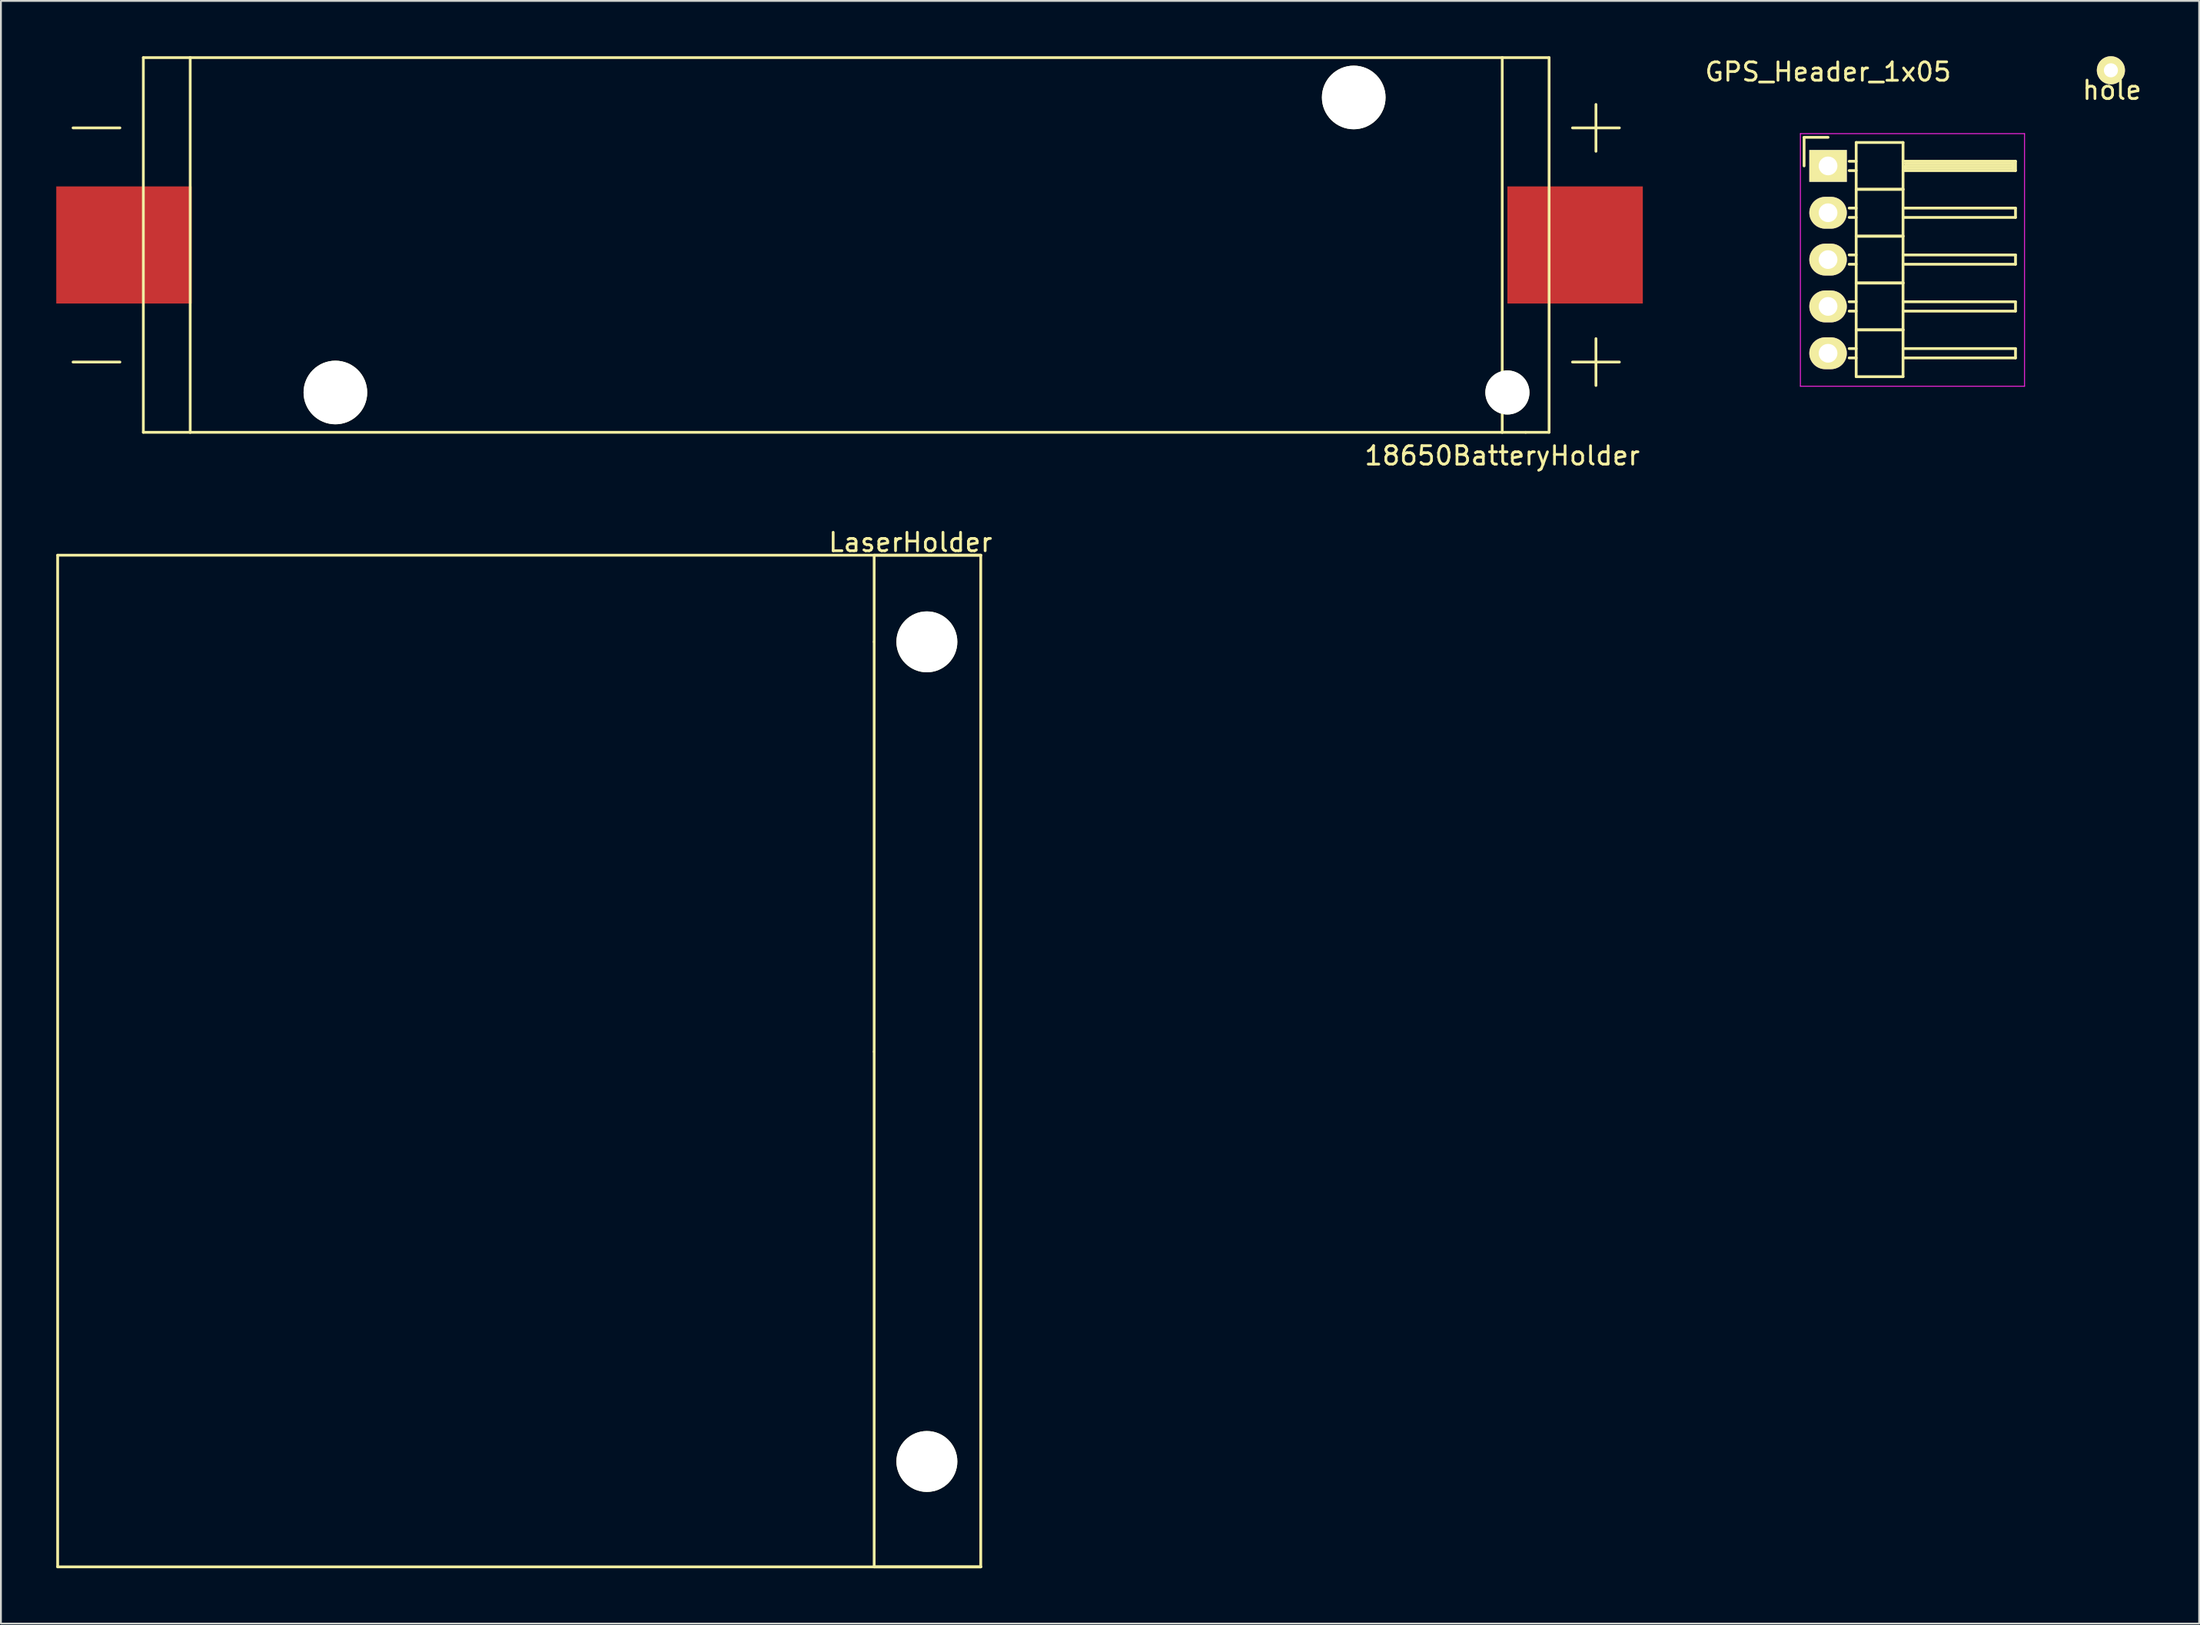
<source format=kicad_pcb>
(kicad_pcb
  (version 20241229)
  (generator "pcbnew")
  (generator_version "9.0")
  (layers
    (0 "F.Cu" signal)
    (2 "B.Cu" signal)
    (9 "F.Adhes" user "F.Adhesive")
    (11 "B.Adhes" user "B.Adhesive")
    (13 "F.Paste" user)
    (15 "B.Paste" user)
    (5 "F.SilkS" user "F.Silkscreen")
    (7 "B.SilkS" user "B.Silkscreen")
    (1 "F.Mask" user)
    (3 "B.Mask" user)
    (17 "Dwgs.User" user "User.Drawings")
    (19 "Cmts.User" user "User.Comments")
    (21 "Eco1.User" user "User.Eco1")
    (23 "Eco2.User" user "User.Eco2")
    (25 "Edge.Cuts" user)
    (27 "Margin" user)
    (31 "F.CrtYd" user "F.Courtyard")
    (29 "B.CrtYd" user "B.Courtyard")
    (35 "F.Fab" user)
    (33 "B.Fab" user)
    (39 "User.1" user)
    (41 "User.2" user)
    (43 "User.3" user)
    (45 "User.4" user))
  (footprint "18650BatteryHolder"
    (layer "F.Cu")
    (at 86 10.235)
    (property "Reference" "18650BatteryHolder" (at -7.62 11.43 0) (layer "F.SilkS") (effects (font (size 1 1) (thickness 0.15))))
    (attr through_hole)
    (fp_line (start -85.09 6.35) (end -82.55 6.35) (stroke (width 0.15) (type solid)) (layer "F.SilkS"))
    (fp_line (start -82.55 -6.35) (end -85.09 -6.35) (stroke (width 0.15) (type solid)) (layer "F.SilkS"))
    (fp_line (start -81.28 -10.16) (end -81.28 10.16) (stroke (width 0.15) (type solid)) (layer "F.SilkS"))
    (fp_line (start -81.28 10.16) (end -78.74 10.16) (stroke (width 0.15) (type solid)) (layer "F.SilkS"))
    (fp_line (start -78.74 -10.16) (end -81.28 -10.16) (stroke (width 0.15) (type solid)) (layer "F.SilkS"))
    (fp_line (start -78.74 -10.16) (end -7.62 -10.16) (stroke (width 0.15) (type solid)) (layer "F.SilkS"))
    (fp_line (start -78.74 10.16) (end -78.74 -10.16) (stroke (width 0.15) (type solid)) (layer "F.SilkS"))
    (fp_line (start -7.62 -10.16) (end -7.62 10.16) (stroke (width 0.15) (type solid)) (layer "F.SilkS"))
    (fp_line (start -7.62 10.16) (end -78.74 10.16) (stroke (width 0.15) (type solid)) (layer "F.SilkS"))
    (fp_line (start -7.62 10.16) (end -6.35 10.16) (stroke (width 0.15) (type solid)) (layer "F.SilkS"))
    (fp_line (start -6.35 10.16) (end -5.08 10.16) (stroke (width 0.15) (type solid)) (layer "F.SilkS"))
    (fp_line (start -5.08 -10.16) (end -7.62 -10.16) (stroke (width 0.15) (type solid)) (layer "F.SilkS"))
    (fp_line (start -5.08 10.16) (end -5.08 -10.16) (stroke (width 0.15) (type solid)) (layer "F.SilkS"))
    (fp_line (start -3.81 -6.35) (end -1.27 -6.35) (stroke (width 0.15) (type solid)) (layer "F.SilkS"))
    (fp_line (start -3.81 6.35) (end -1.27 6.35) (stroke (width 0.15) (type solid)) (layer "F.SilkS"))
    (fp_line (start -2.54 -7.62) (end -2.54 -5.08) (stroke (width 0.15) (type solid)) (layer "F.SilkS"))
    (fp_line (start -2.54 5.08) (end -2.54 7.62) (stroke (width 0.15) (type solid)) (layer "F.SilkS"))
    (pad "" np_thru_hole oval (at -70.87 8) (size 3.45 3.45) (drill 3.45) (layers "*.Cu" "*.Mask" "F.SilkS"))
    (pad "" np_thru_hole oval (at -15.67 -8) (size 3.45 3.45) (drill 3.45) (layers "*.Cu" "*.Mask" "F.SilkS"))
    (pad "" np_thru_hole oval (at -7.34 8) (size 2.39 2.39) (drill 2.39) (layers "*.Cu" "*.Mask" "F.SilkS"))
    (pad "1" smd rect (at -3.67 0) (size 7.34 6.35) (layers "F.Cu" "F.Mask" "F.Paste"))
    (pad "2" smd rect (at -82.33 0) (size 7.34 6.35) (layers "F.Cu" "F.Mask" "F.Paste")))
  (footprint "hole"
    (layer "F.Cu")
    (at 111.373 0.762)
    (property "Reference" "hole" (at 0.064 1.079 0) (layer "F.SilkS") (effects (font (size 1 1) (thickness 0.15))))
    (attr through_hole)
    (pad "1" thru_hole circle (at 0 0) (size 1.524 1.524) (drill 0.762) (layers "*.Cu" "*.Mask" "F.SilkS")))
  (footprint "GPS_Header_1x05"
    (layer "F.Cu")
    (at 96.042 5.948)
    (property "Reference" "GPS_Header_1x05" (at 0 -5.1 0) (layer "F.SilkS") (effects (font (size 1 1) (thickness 0.15))))
    (attr through_hole)
    (fp_line (start -1.3 -1.55) (end -1.3 0) (stroke (width 0.15) (type solid)) (layer "F.SilkS"))
    (fp_line (start 0 -1.55) (end -1.3 -1.55) (stroke (width 0.15) (type solid)) (layer "F.SilkS"))
    (fp_line (start 1.524 -1.27) (end 1.524 1.27) (stroke (width 0.15) (type solid)) (layer "F.SilkS"))
    (fp_line (start 1.524 -1.27) (end 4.064 -1.27) (stroke (width 0.15) (type solid)) (layer "F.SilkS"))
    (fp_line (start 1.524 -0.254) (end 1.143 -0.254) (stroke (width 0.15) (type solid)) (layer "F.SilkS"))
    (fp_line (start 1.524 0.254) (end 1.143 0.254) (stroke (width 0.15) (type solid)) (layer "F.SilkS"))
    (fp_line (start 1.524 1.27) (end 1.524 3.81) (stroke (width 0.15) (type solid)) (layer "F.SilkS"))
    (fp_line (start 1.524 1.27) (end 4.064 1.27) (stroke (width 0.15) (type solid)) (layer "F.SilkS"))
    (fp_line (start 1.524 1.27) (end 4.064 1.27) (stroke (width 0.15) (type solid)) (layer "F.SilkS"))
    (fp_line (start 1.524 2.286) (end 1.143 2.286) (stroke (width 0.15) (type solid)) (layer "F.SilkS"))
    (fp_line (start 1.524 2.794) (end 1.143 2.794) (stroke (width 0.15) (type solid)) (layer "F.SilkS"))
    (fp_line (start 1.524 3.81) (end 1.524 6.35) (stroke (width 0.15) (type solid)) (layer "F.SilkS"))
    (fp_line (start 1.524 3.81) (end 4.064 3.81) (stroke (width 0.15) (type solid)) (layer "F.SilkS"))
    (fp_line (start 1.524 3.81) (end 4.064 3.81) (stroke (width 0.15) (type solid)) (layer "F.SilkS"))
    (fp_line (start 1.524 4.826) (end 1.143 4.826) (stroke (width 0.15) (type solid)) (layer "F.SilkS"))
    (fp_line (start 1.524 5.334) (end 1.143 5.334) (stroke (width 0.15) (type solid)) (layer "F.SilkS"))
    (fp_line (start 1.524 6.35) (end 1.524 8.89) (stroke (width 0.15) (type solid)) (layer "F.SilkS"))
    (fp_line (start 1.524 6.35) (end 4.064 6.35) (stroke (width 0.15) (type solid)) (layer "F.SilkS"))
    (fp_line (start 1.524 6.35) (end 4.064 6.35) (stroke (width 0.15) (type solid)) (layer "F.SilkS"))
    (fp_line (start 1.524 7.366) (end 1.143 7.366) (stroke (width 0.15) (type solid)) (layer "F.SilkS"))
    (fp_line (start 1.524 7.874) (end 1.143 7.874) (stroke (width 0.15) (type solid)) (layer "F.SilkS"))
    (fp_line (start 1.524 8.89) (end 1.524 11.43) (stroke (width 0.15) (type solid)) (layer "F.SilkS"))
    (fp_line (start 1.524 8.89) (end 4.064 8.89) (stroke (width 0.15) (type solid)) (layer "F.SilkS"))
    (fp_line (start 1.524 8.89) (end 4.064 8.89) (stroke (width 0.15) (type solid)) (layer "F.SilkS"))
    (fp_line (start 1.524 9.906) (end 1.143 9.906) (stroke (width 0.15) (type solid)) (layer "F.SilkS"))
    (fp_line (start 1.524 10.414) (end 1.143 10.414) (stroke (width 0.15) (type solid)) (layer "F.SilkS"))
    (fp_line (start 1.524 11.43) (end 4.064 11.43) (stroke (width 0.15) (type solid)) (layer "F.SilkS"))
    (fp_line (start 4.064 -0.254) (end 10.16 -0.254) (stroke (width 0.15) (type solid)) (layer "F.SilkS"))
    (fp_line (start 4.064 1.27) (end 4.064 -1.27) (stroke (width 0.15) (type solid)) (layer "F.SilkS"))
    (fp_line (start 4.064 2.286) (end 10.16 2.286) (stroke (width 0.15) (type solid)) (layer "F.SilkS"))
    (fp_line (start 4.064 3.81) (end 4.064 1.27) (stroke (width 0.15) (type solid)) (layer "F.SilkS"))
    (fp_line (start 4.064 4.826) (end 10.16 4.826) (stroke (width 0.15) (type solid)) (layer "F.SilkS"))
    (fp_line (start 4.064 6.35) (end 4.064 3.81) (stroke (width 0.15) (type solid)) (layer "F.SilkS"))
    (fp_line (start 4.064 7.366) (end 10.16 7.366) (stroke (width 0.15) (type solid)) (layer "F.SilkS"))
    (fp_line (start 4.064 8.89) (end 4.064 6.35) (stroke (width 0.15) (type solid)) (layer "F.SilkS"))
    (fp_line (start 4.064 9.906) (end 10.16 9.906) (stroke (width 0.15) (type solid)) (layer "F.SilkS"))
    (fp_line (start 4.064 11.43) (end 4.064 8.89) (stroke (width 0.15) (type solid)) (layer "F.SilkS"))
    (fp_line (start 4.191 -0.127) (end 10.033 -0.127) (stroke (width 0.15) (type solid)) (layer "F.SilkS"))
    (fp_line (start 4.191 0) (end 10.033 0) (stroke (width 0.15) (type solid)) (layer "F.SilkS"))
    (fp_line (start 4.191 0.127) (end 4.191 0) (stroke (width 0.15) (type solid)) (layer "F.SilkS"))
    (fp_line (start 10.033 -0.127) (end 10.033 0.127) (stroke (width 0.15) (type solid)) (layer "F.SilkS"))
    (fp_line (start 10.033 0.127) (end 4.191 0.127) (stroke (width 0.15) (type solid)) (layer "F.SilkS"))
    (fp_line (start 10.16 -0.254) (end 10.16 0.254) (stroke (width 0.15) (type solid)) (layer "F.SilkS"))
    (fp_line (start 10.16 0.254) (end 4.064 0.254) (stroke (width 0.15) (type solid)) (layer "F.SilkS"))
    (fp_line (start 10.16 2.286) (end 10.16 2.794) (stroke (width 0.15) (type solid)) (layer "F.SilkS"))
    (fp_line (start 10.16 2.794) (end 4.064 2.794) (stroke (width 0.15) (type solid)) (layer "F.SilkS"))
    (fp_line (start 10.16 4.826) (end 10.16 5.334) (stroke (width 0.15) (type solid)) (layer "F.SilkS"))
    (fp_line (start 10.16 5.334) (end 4.064 5.334) (stroke (width 0.15) (type solid)) (layer "F.SilkS"))
    (fp_line (start 10.16 7.366) (end 10.16 7.874) (stroke (width 0.15) (type solid)) (layer "F.SilkS"))
    (fp_line (start 10.16 7.874) (end 4.064 7.874) (stroke (width 0.15) (type solid)) (layer "F.SilkS"))
    (fp_line (start 10.16 9.906) (end 10.16 10.414) (stroke (width 0.15) (type solid)) (layer "F.SilkS"))
    (fp_line (start 10.16 10.414) (end 4.064 10.414) (stroke (width 0.15) (type solid)) (layer "F.SilkS"))
    (fp_line (start -1.5 -1.75) (end -1.5 11.95) (stroke (width 0.05) (type solid)) (layer "F.CrtYd"))
    (fp_line (start -1.5 -1.75) (end 10.65 -1.75) (stroke (width 0.05) (type solid)) (layer "F.CrtYd"))
    (fp_line (start -1.5 11.95) (end 10.65 11.95) (stroke (width 0.05) (type solid)) (layer "F.CrtYd"))
    (fp_line (start 10.65 -1.75) (end 10.65 11.95) (stroke (width 0.05) (type solid)) (layer "F.CrtYd"))
    (pad "1" thru_hole rect (at 0 0) (size 2.032 1.727) (drill 1.016) (layers "*.Cu" "*.Mask" "F.SilkS"))
    (pad "2" thru_hole oval (at 0 2.54) (size 2.032 1.727) (drill 1.016) (layers "*.Cu" "*.Mask" "F.SilkS"))
    (pad "3" thru_hole oval (at 0 5.08) (size 2.032 1.727) (drill 1.016) (layers "*.Cu" "*.Mask" "F.SilkS"))
    (pad "4" thru_hole oval (at 0 7.62) (size 2.032 1.727) (drill 1.016) (layers "*.Cu" "*.Mask" "F.SilkS"))
    (pad "5" thru_hole oval (at 0 10.16) (size 2.032 1.727) (drill 1.016) (layers "*.Cu" "*.Mask" "F.SilkS")))
  (footprint "LaserHolder"
    (layer "F.Cu")
    (at 47.192 53.984)
    (property "Reference" "LaserHolder" (at -0.889 -27.622 0) (layer "F.SilkS") (effects (font (size 1 1) (thickness 0.15))))
    (attr through_hole)
    (fp_line (start -47.117 27.94) (end -47.117 -26.924) (stroke (width 0.15) (type solid)) (layer "F.SilkS"))
    (fp_line (start -2.857 -26.924) (end -2.857 -22.225) (stroke (width 0.15) (type solid)) (layer "F.SilkS"))
    (fp_line (start -2.857 0) (end -2.857 -22.225) (stroke (width 0.15) (type solid)) (layer "F.SilkS"))
    (fp_line (start -2.857 27.94) (end -2.857 0) (stroke (width 0.15) (type solid)) (layer "F.SilkS"))
    (fp_line (start -2.857 27.94) (end 2.921 27.94) (stroke (width 0.15) (type solid)) (layer "F.SilkS"))
    (fp_line (start 2.921 -26.924) (end -47.117 -26.924) (stroke (width 0.15) (type solid)) (layer "F.SilkS"))
    (fp_line (start 2.921 -26.924) (end -2.857 -26.924) (stroke (width 0.15) (type solid)) (layer "F.SilkS"))
    (fp_line (start 2.921 27.94) (end -47.117 27.94) (stroke (width 0.15) (type solid)) (layer "F.SilkS"))
    (fp_line (start 2.921 27.94) (end 2.921 -26.924) (stroke (width 0.15) (type solid)) (layer "F.SilkS"))
    (pad "" np_thru_hole oval (at 0 -22.225) (size 3.302 3.302) (drill 3.302) (layers "*.Cu" "*.Mask" "F.SilkS"))
    (pad "" np_thru_hole oval (at 0 22.225) (size 3.302 3.302) (drill 3.302) (layers "*.Cu" "*.Mask" "F.SilkS")))
  (gr_rect
    (start -3 -3)
    (end 116.157 84.999)
    (stroke (width 0.1) (type default))
    (fill no)
    (layer "Edge.Cuts")))
</source>
